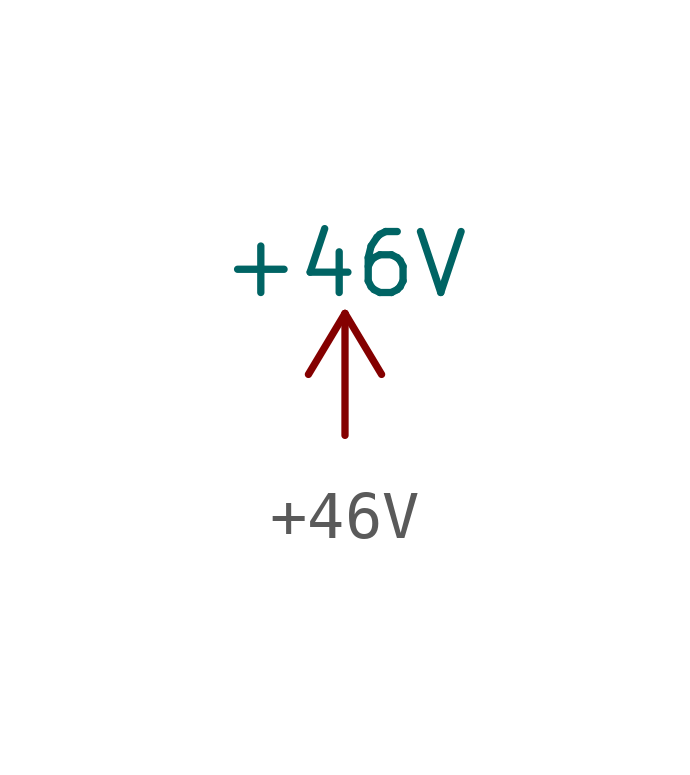
<source format=kicad_sym>
(kicad_symbol_lib
  (version 20220914)
  (generator kicad_symbol_editor)
  (symbol "+46V"
    (power)
    (pin_names
      (offset 0))
    (property "Reference" "#PWR"
      (at 0 -3.81 0)
      (effects (font (size 1.27 1.27)) hide))
    (property "Value" "+46V"
      (at 0 3.556 0)
      (effects (font (size 1.27 1.27))))
    (symbol "+46V_0_1"
      (polyline (pts (xy -0.762 1.27) (xy 0 2.54)) (stroke (width 0) (type default)) (fill (type none)))
      (polyline (pts (xy 0 0) (xy 0 2.54)) (stroke (width 0) (type default)) (fill (type none)))
      (polyline (pts (xy 0 2.54) (xy 0.762 1.27)) (stroke (width 0) (type default)) (fill (type none))))
    (symbol "+46V_1_1"
      (pin power_in line (at 0 0 90) (length 0) hide (name "+46V" (effects (font (size 1.27 1.27)))) (number "1" (effects (font (size 1.27 1.27))))))))
</source>
